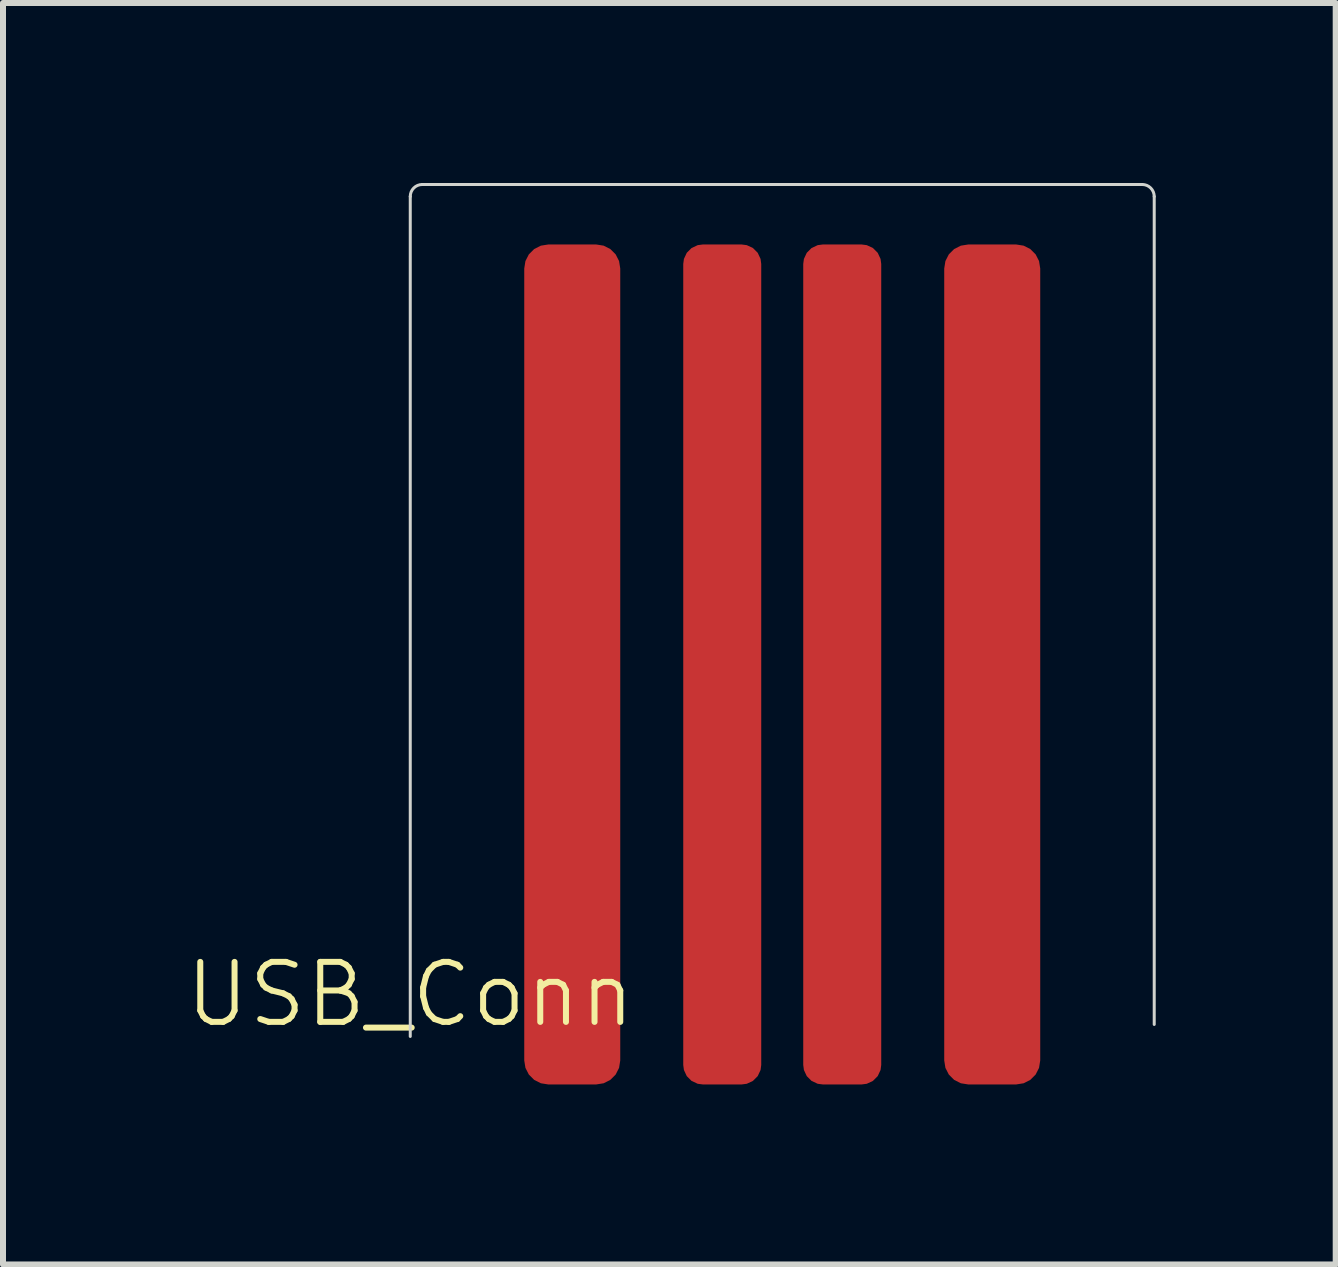
<source format=kicad_pcb>
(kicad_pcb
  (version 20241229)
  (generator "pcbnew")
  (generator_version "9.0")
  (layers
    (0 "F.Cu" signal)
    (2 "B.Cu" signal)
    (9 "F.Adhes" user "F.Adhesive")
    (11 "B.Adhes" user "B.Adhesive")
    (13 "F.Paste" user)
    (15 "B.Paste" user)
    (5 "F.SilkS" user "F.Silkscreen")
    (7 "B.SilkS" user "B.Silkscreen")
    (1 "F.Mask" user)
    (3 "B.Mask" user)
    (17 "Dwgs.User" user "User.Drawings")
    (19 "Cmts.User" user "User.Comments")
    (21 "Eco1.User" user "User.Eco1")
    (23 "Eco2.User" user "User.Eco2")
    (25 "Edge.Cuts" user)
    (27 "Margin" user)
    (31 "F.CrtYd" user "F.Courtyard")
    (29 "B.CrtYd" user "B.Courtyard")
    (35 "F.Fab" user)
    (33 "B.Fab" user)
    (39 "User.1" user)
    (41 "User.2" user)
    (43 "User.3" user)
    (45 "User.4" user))
  (footprint "USB_Conn"
    (layer "F.Cu")
    (at 3.788 14.025)
    (property "Reference" "USB_Conn" (at 0 -0.5 0) (unlocked yes) (layer "F.SilkS") (effects (font (size 1 1) (thickness 0.1))))
    (attr smd)
    (fp_line (start 0 0.2) (end 0 -13.8) (stroke (width 0.05) (type default)) (layer "Edge.Cuts"))
    (fp_line (start 0.2 -14) (end 12.2 -14) (stroke (width 0.05) (type default)) (layer "Edge.Cuts"))
    (fp_line (start 12.4 -13.8) (end 12.4 0) (stroke (width 0.05) (type default)) (layer "Edge.Cuts"))
    (fp_arc (start 0 -13.8) (mid 0.058579 -13.941421) (end 0.2 -14) (stroke (width 0.05) (type default)) (layer "Edge.Cuts"))
    (fp_arc (start 12.2 -14) (mid 12.341421 -13.941421) (end 12.4 -13.8) (stroke (width 0.05) (type default)) (layer "Edge.Cuts"))
    (pad "1" smd roundrect (at 2.7 -6) (size 1.6 14) (layers "F.Cu" "F.Mask" "F.Paste") (roundrect_rratio 0.25))
    (pad "2" smd roundrect (at 5.2 -6) (size 1.3 14) (layers "F.Cu" "F.Mask" "F.Paste") (roundrect_rratio 0.25))
    (pad "3" smd roundrect (at 7.2 -6) (size 1.3 14) (layers "F.Cu" "F.Mask" "F.Paste") (roundrect_rratio 0.25))
    (pad "4" smd roundrect (at 9.7 -6) (size 1.6 14) (layers "F.Cu" "F.Mask" "F.Paste") (roundrect_rratio 0.25)))
  (gr_rect
    (start -3 -3)
    (end 19.213 18.025)
    (stroke (width 0.1) (type default))
    (fill no)
    (layer "Edge.Cuts")))
</source>
